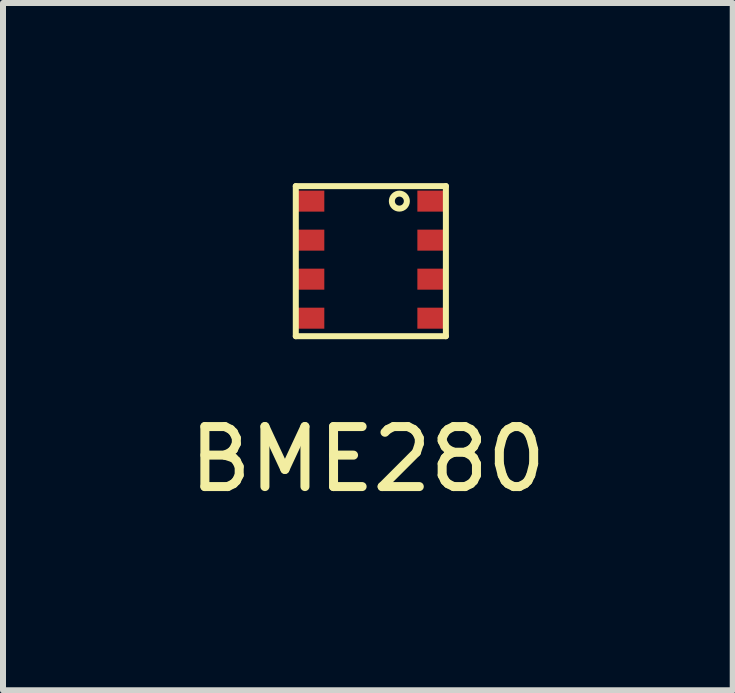
<source format=kicad_pcb>
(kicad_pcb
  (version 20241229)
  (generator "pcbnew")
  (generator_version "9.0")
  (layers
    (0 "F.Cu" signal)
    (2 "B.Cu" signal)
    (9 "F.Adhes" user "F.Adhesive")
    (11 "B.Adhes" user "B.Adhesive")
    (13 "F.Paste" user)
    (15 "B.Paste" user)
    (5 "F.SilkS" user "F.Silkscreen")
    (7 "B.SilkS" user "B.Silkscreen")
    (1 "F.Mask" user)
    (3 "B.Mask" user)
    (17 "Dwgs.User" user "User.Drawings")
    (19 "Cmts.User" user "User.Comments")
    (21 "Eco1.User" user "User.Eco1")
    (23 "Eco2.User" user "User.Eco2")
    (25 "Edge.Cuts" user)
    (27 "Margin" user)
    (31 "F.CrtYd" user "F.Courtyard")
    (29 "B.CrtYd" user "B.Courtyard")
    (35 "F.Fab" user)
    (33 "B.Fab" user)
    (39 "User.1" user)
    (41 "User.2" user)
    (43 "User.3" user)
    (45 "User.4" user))
  (footprint "BME280"
    (layer "F.Cu")
    (at 3.127 1.8)
    (property "Reference" "BME280" (at -0.05 2.8 0) (layer "F.SilkS") (effects (font (size 1 1) (thickness 0.15))))
    (attr through_hole)
    (fp_line (start -1.25 -1.75) (end 1.25 -1.75) (stroke (width 0.1) (type solid)) (layer "F.SilkS"))
    (fp_line (start -1.25 0.75) (end -1.25 -1.75) (stroke (width 0.1) (type solid)) (layer "F.SilkS"))
    (fp_line (start 1.25 -1.75) (end 1.25 0.75) (stroke (width 0.1) (type solid)) (layer "F.SilkS"))
    (fp_line (start 1.25 0.75) (end -1.25 0.75) (stroke (width 0.1) (type solid)) (layer "F.SilkS"))
    (fp_circle (center 0.475 -1.5) (end 0.55 -1.4) (stroke (width 0.1) (type solid)) (fill no) (layer "F.SilkS"))
    (pad "1" smd rect (at 1.025 -1.5) (size 0.5 0.35) (layers "F.Cu" "F.Mask" "F.Paste"))
    (pad "2" smd rect (at 1.025 -0.85) (size 0.5 0.35) (layers "F.Cu" "F.Mask" "F.Paste"))
    (pad "3" smd rect (at 1.025 -0.2) (size 0.5 0.35) (layers "F.Cu" "F.Mask" "F.Paste"))
    (pad "4" smd rect (at 1.025 0.45) (size 0.5 0.35) (layers "F.Cu" "F.Mask" "F.Paste"))
    (pad "5" smd rect (at -1.025 0.45) (size 0.5 0.35) (layers "F.Cu" "F.Mask" "F.Paste"))
    (pad "6" smd rect (at -1.025 -0.2) (size 0.5 0.35) (layers "F.Cu" "F.Mask" "F.Paste"))
    (pad "7" smd rect (at -1.025 -0.85) (size 0.5 0.35) (layers "F.Cu" "F.Mask" "F.Paste"))
    (pad "8" smd rect (at -1.025 -1.5) (size 0.5 0.35) (layers "F.Cu" "F.Mask" "F.Paste")))
  (gr_rect
    (start -3 -3)
    (end 9.155 8.448)
    (stroke (width 0.1) (type default))
    (fill no)
    (layer "Edge.Cuts")))
</source>
